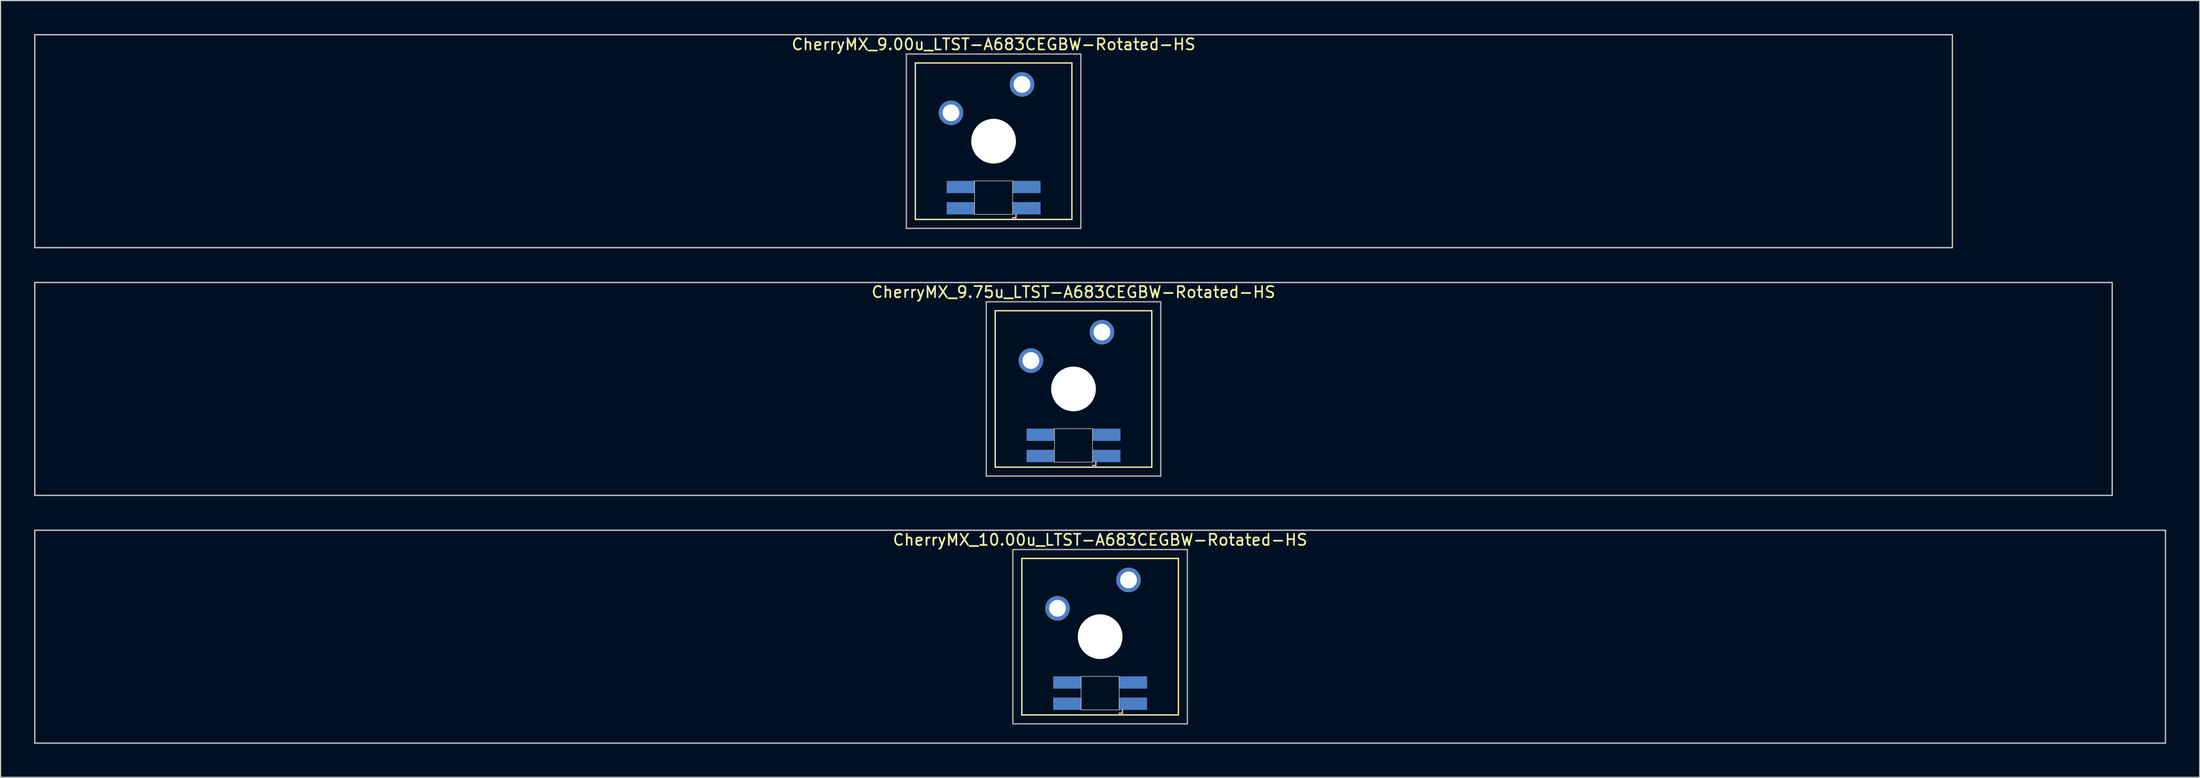
<source format=kicad_pcb>
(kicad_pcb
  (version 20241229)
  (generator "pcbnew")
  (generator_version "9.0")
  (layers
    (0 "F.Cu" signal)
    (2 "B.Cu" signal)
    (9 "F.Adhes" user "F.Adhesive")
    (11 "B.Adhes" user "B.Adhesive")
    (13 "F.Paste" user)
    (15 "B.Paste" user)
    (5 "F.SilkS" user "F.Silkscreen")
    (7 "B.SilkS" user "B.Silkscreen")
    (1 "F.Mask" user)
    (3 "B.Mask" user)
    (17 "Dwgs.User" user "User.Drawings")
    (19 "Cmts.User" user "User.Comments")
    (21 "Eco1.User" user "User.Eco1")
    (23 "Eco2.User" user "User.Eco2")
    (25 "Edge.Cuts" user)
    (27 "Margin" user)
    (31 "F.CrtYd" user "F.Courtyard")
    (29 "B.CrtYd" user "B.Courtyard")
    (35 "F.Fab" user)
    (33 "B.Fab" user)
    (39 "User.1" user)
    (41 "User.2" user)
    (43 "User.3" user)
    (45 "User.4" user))
  (footprint "CherryMX_9.75u_LTST-A683CEGBW-Rotated-HS"
    (layer "F.Cu")
    (at 92.929 31.755)
    (property "Reference" "CherryMX_9.75u_LTST-A683CEGBW-Rotated-HS" (at 0 -8.662 0) (layer "F.SilkS") (effects (font (size 1 1) (thickness 0.15))))
    (attr through_hole)
    (fp_line (start -7 -7) (end -7 7) (stroke (width 0.12) (type solid)) (layer "F.SilkS"))
    (fp_line (start -7 -7) (end 7 -7) (stroke (width 0.12) (type solid)) (layer "F.SilkS"))
    (fp_line (start 7 -7) (end 7 7) (stroke (width 0.12) (type solid)) (layer "F.SilkS"))
    (fp_line (start 7 7) (end -7 7) (stroke (width 0.12) (type solid)) (layer "F.SilkS"))
    (fp_line (start 1.7 6.85) (end 2 6.85) (stroke (width 0.12) (type solid)) (layer "B.SilkS"))
    (fp_line (start 2 6.85) (end 2 6.55) (stroke (width 0.12) (type solid)) (layer "B.SilkS"))
    (fp_line (start -92.869 -9.525) (end 92.869 -9.525) (stroke (width 0.12) (type solid)) (layer "Dwgs.User"))
    (fp_line (start -92.869 9.525) (end -92.869 -9.525) (stroke (width 0.12) (type solid)) (layer "Dwgs.User"))
    (fp_line (start 92.869 -9.525) (end 92.869 9.525) (stroke (width 0.12) (type solid)) (layer "Dwgs.User"))
    (fp_line (start 92.869 9.525) (end -92.869 9.525) (stroke (width 0.12) (type solid)) (layer "Dwgs.User"))
    (fp_line (start -1.7 3.55) (end 1.7 3.55) (stroke (width 0.05) (type solid)) (layer "Edge.Cuts"))
    (fp_line (start -1.7 6.55) (end -1.7 3.55) (stroke (width 0.05) (type solid)) (layer "Edge.Cuts"))
    (fp_line (start 1.7 3.55) (end 1.7 6.55) (stroke (width 0.05) (type solid)) (layer "Edge.Cuts"))
    (fp_line (start 1.7 6.55) (end -1.7 6.55) (stroke (width 0.05) (type solid)) (layer "Edge.Cuts"))
    (fp_line (start -7.8 -7.8) (end -7.8 7.8) (stroke (width 0.12) (type solid)) (layer "F.Fab"))
    (fp_line (start -7.8 -7.8) (end 7.8 -7.8) (stroke (width 0.12) (type solid)) (layer "F.Fab"))
    (fp_line (start -7.8 7.8) (end 7.8 7.8) (stroke (width 0.12) (type solid)) (layer "F.Fab"))
    (fp_line (start 7.8 -7.8) (end 7.8 7.8) (stroke (width 0.12) (type solid)) (layer "F.Fab"))
    (pad "" np_thru_hole circle (at 0 0) (size 4 4) (drill 4) (layers "*.Cu" "*.Mask"))
    (pad "1" thru_hole circle (at -3.81 -2.54) (size 2.2 2.2) (drill 1.5) (layers "*.Cu" "*.Mask"))
    (pad "2" thru_hole circle (at 2.54 -5.08) (size 2.2 2.2) (drill 1.5) (layers "*.Cu" "*.Mask"))
    (pad "3" smd rect (at 2.95 6) (size 2.5 1.1) (layers "B.Cu" "B.Mask" "B.Paste"))
    (pad "4" smd rect (at 2.95 4.1) (size 2.5 1.1) (layers "B.Cu" "B.Mask" "B.Paste"))
    (pad "5" smd rect (at -2.95 6) (size 2.5 1.1) (layers "B.Cu" "B.Mask" "B.Paste"))
    (pad "6" smd rect (at -2.95 4.1) (size 2.5 1.1) (layers "B.Cu" "B.Mask" "B.Paste")))
  (footprint "CherryMX_10.00u_LTST-A683CEGBW-Rotated-HS"
    (layer "F.Cu")
    (at 95.31 53.925)
    (property "Reference" "CherryMX_10.00u_LTST-A683CEGBW-Rotated-HS" (at 0 -8.662 0) (layer "F.SilkS") (effects (font (size 1 1) (thickness 0.15))))
    (attr through_hole)
    (fp_line (start -7 -7) (end -7 7) (stroke (width 0.12) (type solid)) (layer "F.SilkS"))
    (fp_line (start -7 -7) (end 7 -7) (stroke (width 0.12) (type solid)) (layer "F.SilkS"))
    (fp_line (start 7 -7) (end 7 7) (stroke (width 0.12) (type solid)) (layer "F.SilkS"))
    (fp_line (start 7 7) (end -7 7) (stroke (width 0.12) (type solid)) (layer "F.SilkS"))
    (fp_line (start 1.7 6.85) (end 2 6.85) (stroke (width 0.12) (type solid)) (layer "B.SilkS"))
    (fp_line (start 2 6.85) (end 2 6.55) (stroke (width 0.12) (type solid)) (layer "B.SilkS"))
    (fp_line (start -95.25 -9.525) (end 95.25 -9.525) (stroke (width 0.12) (type solid)) (layer "Dwgs.User"))
    (fp_line (start -95.25 9.525) (end -95.25 -9.525) (stroke (width 0.12) (type solid)) (layer "Dwgs.User"))
    (fp_line (start 95.25 -9.525) (end 95.25 9.525) (stroke (width 0.12) (type solid)) (layer "Dwgs.User"))
    (fp_line (start 95.25 9.525) (end -95.25 9.525) (stroke (width 0.12) (type solid)) (layer "Dwgs.User"))
    (fp_line (start -1.7 3.55) (end 1.7 3.55) (stroke (width 0.05) (type solid)) (layer "Edge.Cuts"))
    (fp_line (start -1.7 6.55) (end -1.7 3.55) (stroke (width 0.05) (type solid)) (layer "Edge.Cuts"))
    (fp_line (start 1.7 3.55) (end 1.7 6.55) (stroke (width 0.05) (type solid)) (layer "Edge.Cuts"))
    (fp_line (start 1.7 6.55) (end -1.7 6.55) (stroke (width 0.05) (type solid)) (layer "Edge.Cuts"))
    (fp_line (start -7.8 -7.8) (end -7.8 7.8) (stroke (width 0.12) (type solid)) (layer "F.Fab"))
    (fp_line (start -7.8 -7.8) (end 7.8 -7.8) (stroke (width 0.12) (type solid)) (layer "F.Fab"))
    (fp_line (start -7.8 7.8) (end 7.8 7.8) (stroke (width 0.12) (type solid)) (layer "F.Fab"))
    (fp_line (start 7.8 -7.8) (end 7.8 7.8) (stroke (width 0.12) (type solid)) (layer "F.Fab"))
    (pad "" np_thru_hole circle (at 0 0) (size 4 4) (drill 4) (layers "*.Cu" "*.Mask"))
    (pad "1" thru_hole circle (at -3.81 -2.54) (size 2.2 2.2) (drill 1.5) (layers "*.Cu" "*.Mask"))
    (pad "2" thru_hole circle (at 2.54 -5.08) (size 2.2 2.2) (drill 1.5) (layers "*.Cu" "*.Mask"))
    (pad "3" smd rect (at 2.95 6) (size 2.5 1.1) (layers "B.Cu" "B.Mask" "B.Paste"))
    (pad "4" smd rect (at 2.95 4.1) (size 2.5 1.1) (layers "B.Cu" "B.Mask" "B.Paste"))
    (pad "5" smd rect (at -2.95 6) (size 2.5 1.1) (layers "B.Cu" "B.Mask" "B.Paste"))
    (pad "6" smd rect (at -2.95 4.1) (size 2.5 1.1) (layers "B.Cu" "B.Mask" "B.Paste")))
  (footprint "CherryMX_9.00u_LTST-A683CEGBW-Rotated-HS"
    (layer "F.Cu")
    (at 85.785 9.585)
    (property "Reference" "CherryMX_9.00u_LTST-A683CEGBW-Rotated-HS" (at 0 -8.662 0) (layer "F.SilkS") (effects (font (size 1 1) (thickness 0.15))))
    (attr through_hole)
    (fp_line (start -7 -7) (end -7 7) (stroke (width 0.12) (type solid)) (layer "F.SilkS"))
    (fp_line (start -7 -7) (end 7 -7) (stroke (width 0.12) (type solid)) (layer "F.SilkS"))
    (fp_line (start 7 -7) (end 7 7) (stroke (width 0.12) (type solid)) (layer "F.SilkS"))
    (fp_line (start 7 7) (end -7 7) (stroke (width 0.12) (type solid)) (layer "F.SilkS"))
    (fp_line (start 1.7 6.85) (end 2 6.85) (stroke (width 0.12) (type solid)) (layer "B.SilkS"))
    (fp_line (start 2 6.85) (end 2 6.55) (stroke (width 0.12) (type solid)) (layer "B.SilkS"))
    (fp_line (start -85.725 -9.525) (end 85.725 -9.525) (stroke (width 0.12) (type solid)) (layer "Dwgs.User"))
    (fp_line (start -85.725 9.525) (end -85.725 -9.525) (stroke (width 0.12) (type solid)) (layer "Dwgs.User"))
    (fp_line (start 85.725 -9.525) (end 85.725 9.525) (stroke (width 0.12) (type solid)) (layer "Dwgs.User"))
    (fp_line (start 85.725 9.525) (end -85.725 9.525) (stroke (width 0.12) (type solid)) (layer "Dwgs.User"))
    (fp_line (start -1.7 3.55) (end 1.7 3.55) (stroke (width 0.05) (type solid)) (layer "Edge.Cuts"))
    (fp_line (start -1.7 6.55) (end -1.7 3.55) (stroke (width 0.05) (type solid)) (layer "Edge.Cuts"))
    (fp_line (start 1.7 3.55) (end 1.7 6.55) (stroke (width 0.05) (type solid)) (layer "Edge.Cuts"))
    (fp_line (start 1.7 6.55) (end -1.7 6.55) (stroke (width 0.05) (type solid)) (layer "Edge.Cuts"))
    (fp_line (start -7.8 -7.8) (end -7.8 7.8) (stroke (width 0.12) (type solid)) (layer "F.Fab"))
    (fp_line (start -7.8 -7.8) (end 7.8 -7.8) (stroke (width 0.12) (type solid)) (layer "F.Fab"))
    (fp_line (start -7.8 7.8) (end 7.8 7.8) (stroke (width 0.12) (type solid)) (layer "F.Fab"))
    (fp_line (start 7.8 -7.8) (end 7.8 7.8) (stroke (width 0.12) (type solid)) (layer "F.Fab"))
    (pad "" np_thru_hole circle (at 0 0) (size 4 4) (drill 4) (layers "*.Cu" "*.Mask"))
    (pad "1" thru_hole circle (at -3.81 -2.54) (size 2.2 2.2) (drill 1.5) (layers "*.Cu" "*.Mask"))
    (pad "2" thru_hole circle (at 2.54 -5.08) (size 2.2 2.2) (drill 1.5) (layers "*.Cu" "*.Mask"))
    (pad "3" smd rect (at 2.95 6) (size 2.5 1.1) (layers "B.Cu" "B.Mask" "B.Paste"))
    (pad "4" smd rect (at 2.95 4.1) (size 2.5 1.1) (layers "B.Cu" "B.Mask" "B.Paste"))
    (pad "5" smd rect (at -2.95 6) (size 2.5 1.1) (layers "B.Cu" "B.Mask" "B.Paste"))
    (pad "6" smd rect (at -2.95 4.1) (size 2.5 1.1) (layers "B.Cu" "B.Mask" "B.Paste")))
  (gr_rect
    (start -3 -3)
    (end 193.62 66.51)
    (stroke (width 0.1) (type default))
    (fill no)
    (layer "Edge.Cuts")))
</source>
